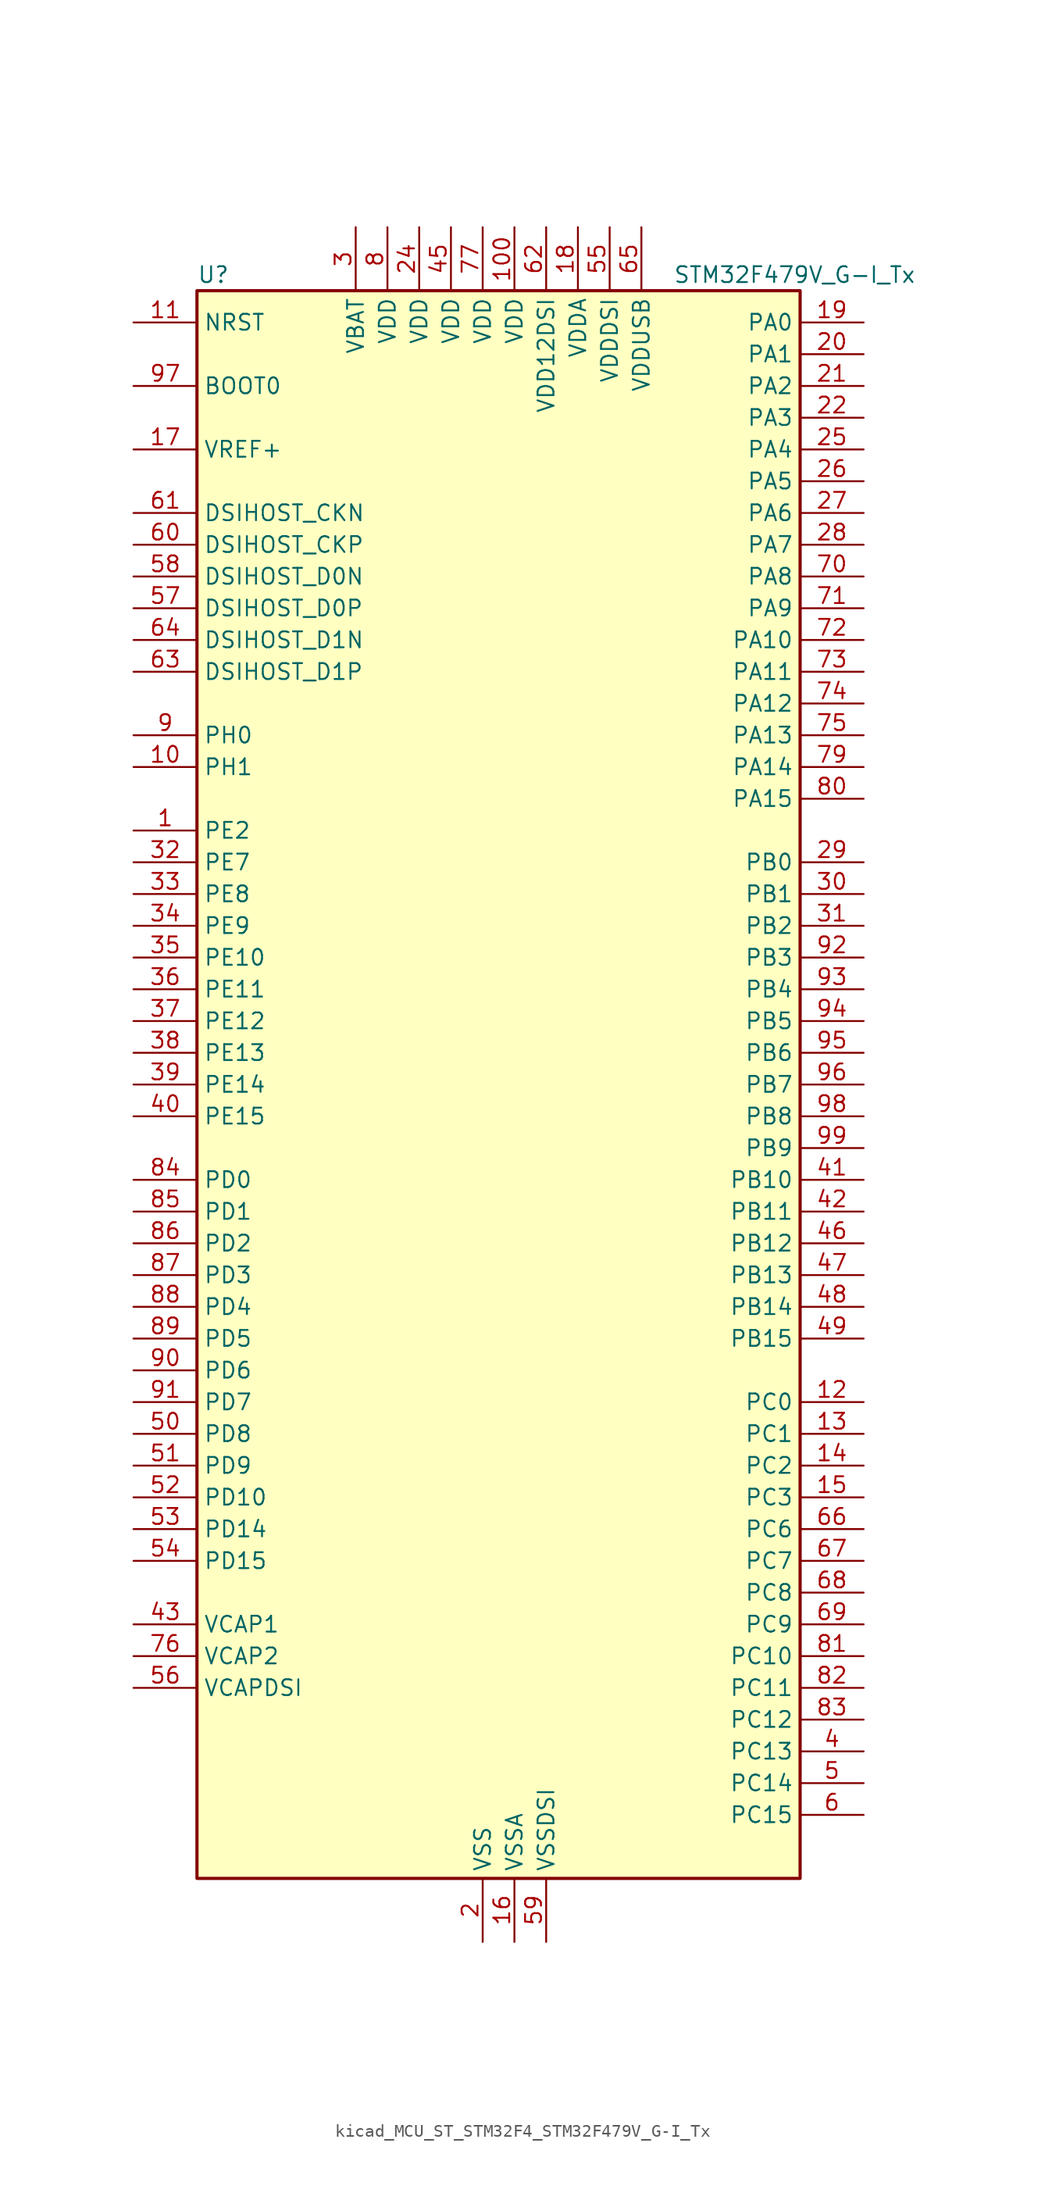
<source format=kicad_sym>
(kicad_symbol_lib
  (version 20220914)
  (generator kicad_symbol_editor)
  (symbol "kicad_MCU_ST_STM32F4_STM32F479V_G-I_Tx"
    (property "Reference" "U"
      (at -22.86 64.77 0)
      (effects (font (size 1.27 1.27)) (justify left)))
    (property "Value" "STM32F479V_G-I_Tx"
      (at 15.24 64.77 0)
      (effects (font (size 1.27 1.27)) (justify left)))
    (property "ki_locked" ""
      (at 0 0 0)
      (effects (font (size 1.27 1.27))))
    (symbol "kicad_MCU_ST_STM32F4_STM32F479V_G-I_Tx_0_1"
      (rectangle (start -22.86 -63.5) (end 25.4 63.5) (stroke (width 0.254) (type default)) (fill (type background))))
    (symbol "kicad_MCU_ST_STM32F4_STM32F479V_G-I_Tx_1_1"
      (pin bidirectional line (at -27.94 20.32 0) (length 5.08) (name "PE2" (effects (font (size 1.27 1.27)))) (number "1" (effects (font (size 1.27 1.27)))) (alternate "FMC_A23" bidirectional line) (alternate "QUADSPI_BK1_IO2" bidirectional line) (alternate "SAI1_MCLK_A" bidirectional line) (alternate "SPI4_SCK" bidirectional line) (alternate "SYS_TRACECLK" bidirectional line))
      (pin bidirectional line (at -27.94 25.4 0) (length 5.08) (name "PH1" (effects (font (size 1.27 1.27)))) (number "10" (effects (font (size 1.27 1.27)))) (alternate "RCC_OSC_OUT" bidirectional line))
      (pin power_in line (at 2.54 68.58 270) (length 5.08) (name "VDD" (effects (font (size 1.27 1.27)))) (number "100" (effects (font (size 1.27 1.27)))))
      (pin input line (at -27.94 60.96 0) (length 5.08) (name "NRST" (effects (font (size 1.27 1.27)))) (number "11" (effects (font (size 1.27 1.27)))))
      (pin bidirectional line (at 30.48 -25.4 180) (length 5.08) (name "PC0" (effects (font (size 1.27 1.27)))) (number "12" (effects (font (size 1.27 1.27)))) (alternate "ADC1_IN10" bidirectional line) (alternate "ADC2_IN10" bidirectional line) (alternate "ADC3_IN10" bidirectional line) (alternate "FMC_SDNWE" bidirectional line) (alternate "LTDC_R5" bidirectional line) (alternate "USB_OTG_HS_ULPI_STP" bidirectional line))
      (pin bidirectional line (at 30.48 -27.94 180) (length 5.08) (name "PC1" (effects (font (size 1.27 1.27)))) (number "13" (effects (font (size 1.27 1.27)))) (alternate "ADC1_IN11" bidirectional line) (alternate "ADC2_IN11" bidirectional line) (alternate "ADC3_IN11" bidirectional line) (alternate "I2S2_SD" bidirectional line) (alternate "SAI1_SD_A" bidirectional line) (alternate "SPI2_MOSI" bidirectional line) (alternate "SYS_TRACED0" bidirectional line))
      (pin bidirectional line (at 30.48 -30.48 180) (length 5.08) (name "PC2" (effects (font (size 1.27 1.27)))) (number "14" (effects (font (size 1.27 1.27)))) (alternate "ADC1_IN12" bidirectional line) (alternate "ADC2_IN12" bidirectional line) (alternate "ADC3_IN12" bidirectional line) (alternate "FMC_SDNE0" bidirectional line) (alternate "I2S2_ext_SD" bidirectional line) (alternate "SPI2_MISO" bidirectional line) (alternate "USB_OTG_HS_ULPI_DIR" bidirectional line))
      (pin bidirectional line (at 30.48 -33.02 180) (length 5.08) (name "PC3" (effects (font (size 1.27 1.27)))) (number "15" (effects (font (size 1.27 1.27)))) (alternate "ADC1_IN13" bidirectional line) (alternate "ADC2_IN13" bidirectional line) (alternate "ADC3_IN13" bidirectional line) (alternate "FMC_SDCKE0" bidirectional line) (alternate "I2S2_SD" bidirectional line) (alternate "SPI2_MOSI" bidirectional line) (alternate "USB_OTG_HS_ULPI_NXT" bidirectional line))
      (pin power_in line (at 2.54 -68.58 90) (length 5.08) (name "VSSA" (effects (font (size 1.27 1.27)))) (number "16" (effects (font (size 1.27 1.27)))))
      (pin input line (at -27.94 50.8 0) (length 5.08) (name "VREF+" (effects (font (size 1.27 1.27)))) (number "17" (effects (font (size 1.27 1.27)))))
      (pin power_in line (at 7.62 68.58 270) (length 5.08) (name "VDDA" (effects (font (size 1.27 1.27)))) (number "18" (effects (font (size 1.27 1.27)))))
      (pin bidirectional line (at 30.48 60.96 180) (length 5.08) (name "PA0" (effects (font (size 1.27 1.27)))) (number "19" (effects (font (size 1.27 1.27)))) (alternate "ADC1_IN0" bidirectional line) (alternate "ADC2_IN0" bidirectional line) (alternate "ADC3_IN0" bidirectional line) (alternate "SYS_WKUP" bidirectional line) (alternate "TIM2_CH1" bidirectional line) (alternate "TIM2_ETR" bidirectional line) (alternate "TIM5_CH1" bidirectional line) (alternate "TIM8_ETR" bidirectional line) (alternate "UART4_TX" bidirectional line) (alternate "USART2_CTS" bidirectional line))
      (pin power_in line (at 0 -68.58 90) (length 5.08) (name "VSS" (effects (font (size 1.27 1.27)))) (number "2" (effects (font (size 1.27 1.27)))))
      (pin bidirectional line (at 30.48 58.42 180) (length 5.08) (name "PA1" (effects (font (size 1.27 1.27)))) (number "20" (effects (font (size 1.27 1.27)))) (alternate "ADC1_IN1" bidirectional line) (alternate "ADC2_IN1" bidirectional line) (alternate "ADC3_IN1" bidirectional line) (alternate "LTDC_R2" bidirectional line) (alternate "QUADSPI_BK1_IO3" bidirectional line) (alternate "TIM2_CH2" bidirectional line) (alternate "TIM5_CH2" bidirectional line) (alternate "UART4_RX" bidirectional line) (alternate "USART2_RTS" bidirectional line))
      (pin bidirectional line (at 30.48 55.88 180) (length 5.08) (name "PA2" (effects (font (size 1.27 1.27)))) (number "21" (effects (font (size 1.27 1.27)))) (alternate "ADC1_IN2" bidirectional line) (alternate "ADC2_IN2" bidirectional line) (alternate "ADC3_IN2" bidirectional line) (alternate "LTDC_R1" bidirectional line) (alternate "TIM2_CH3" bidirectional line) (alternate "TIM5_CH3" bidirectional line) (alternate "TIM9_CH1" bidirectional line) (alternate "USART2_TX" bidirectional line))
      (pin bidirectional line (at 30.48 53.34 180) (length 5.08) (name "PA3" (effects (font (size 1.27 1.27)))) (number "22" (effects (font (size 1.27 1.27)))) (alternate "ADC1_IN3" bidirectional line) (alternate "ADC2_IN3" bidirectional line) (alternate "ADC3_IN3" bidirectional line) (alternate "LTDC_B2" bidirectional line) (alternate "LTDC_B5" bidirectional line) (alternate "TIM2_CH4" bidirectional line) (alternate "TIM5_CH4" bidirectional line) (alternate "TIM9_CH2" bidirectional line) (alternate "USART2_RX" bidirectional line) (alternate "USB_OTG_HS_ULPI_D0" bidirectional line))
      (pin passive line (at 0 -68.58 90) (length 5.08) hide (name "VSS" (effects (font (size 1.27 1.27)))) (number "23" (effects (font (size 1.27 1.27)))))
      (pin power_in line (at -5.08 68.58 270) (length 5.08) (name "VDD" (effects (font (size 1.27 1.27)))) (number "24" (effects (font (size 1.27 1.27)))))
      (pin bidirectional line (at 30.48 50.8 180) (length 5.08) (name "PA4" (effects (font (size 1.27 1.27)))) (number "25" (effects (font (size 1.27 1.27)))) (alternate "ADC1_IN4" bidirectional line) (alternate "ADC2_IN4" bidirectional line) (alternate "DAC_OUT1" bidirectional line) (alternate "DCMI_HSYNC" bidirectional line) (alternate "I2S3_WS" bidirectional line) (alternate "LTDC_VSYNC" bidirectional line) (alternate "SPI1_NSS" bidirectional line) (alternate "SPI3_NSS" bidirectional line) (alternate "USART2_CK" bidirectional line) (alternate "USB_OTG_HS_SOF" bidirectional line))
      (pin bidirectional line (at 30.48 48.26 180) (length 5.08) (name "PA5" (effects (font (size 1.27 1.27)))) (number "26" (effects (font (size 1.27 1.27)))) (alternate "ADC1_IN5" bidirectional line) (alternate "ADC2_IN5" bidirectional line) (alternate "DAC_OUT2" bidirectional line) (alternate "LTDC_R4" bidirectional line) (alternate "SPI1_SCK" bidirectional line) (alternate "TIM2_CH1" bidirectional line) (alternate "TIM2_ETR" bidirectional line) (alternate "TIM8_CH1N" bidirectional line) (alternate "USB_OTG_HS_ULPI_CK" bidirectional line))
      (pin bidirectional line (at 30.48 45.72 180) (length 5.08) (name "PA6" (effects (font (size 1.27 1.27)))) (number "27" (effects (font (size 1.27 1.27)))) (alternate "ADC1_IN6" bidirectional line) (alternate "ADC2_IN6" bidirectional line) (alternate "DCMI_PIXCLK" bidirectional line) (alternate "LTDC_G2" bidirectional line) (alternate "SPI1_MISO" bidirectional line) (alternate "TIM13_CH1" bidirectional line) (alternate "TIM1_BKIN" bidirectional line) (alternate "TIM3_CH1" bidirectional line) (alternate "TIM8_BKIN" bidirectional line))
      (pin bidirectional line (at 30.48 43.18 180) (length 5.08) (name "PA7" (effects (font (size 1.27 1.27)))) (number "28" (effects (font (size 1.27 1.27)))) (alternate "ADC1_IN7" bidirectional line) (alternate "ADC2_IN7" bidirectional line) (alternate "FMC_SDNWE" bidirectional line) (alternate "QUADSPI_CLK" bidirectional line) (alternate "SPI1_MOSI" bidirectional line) (alternate "TIM14_CH1" bidirectional line) (alternate "TIM1_CH1N" bidirectional line) (alternate "TIM3_CH2" bidirectional line) (alternate "TIM8_CH1N" bidirectional line))
      (pin bidirectional line (at 30.48 17.78 180) (length 5.08) (name "PB0" (effects (font (size 1.27 1.27)))) (number "29" (effects (font (size 1.27 1.27)))) (alternate "ADC1_IN8" bidirectional line) (alternate "ADC2_IN8" bidirectional line) (alternate "LTDC_G1" bidirectional line) (alternate "LTDC_R3" bidirectional line) (alternate "TIM1_CH2N" bidirectional line) (alternate "TIM3_CH3" bidirectional line) (alternate "TIM8_CH2N" bidirectional line) (alternate "USB_OTG_HS_ULPI_D1" bidirectional line))
      (pin power_in line (at -10.16 68.58 270) (length 5.08) (name "VBAT" (effects (font (size 1.27 1.27)))) (number "3" (effects (font (size 1.27 1.27)))))
      (pin bidirectional line (at 30.48 15.24 180) (length 5.08) (name "PB1" (effects (font (size 1.27 1.27)))) (number "30" (effects (font (size 1.27 1.27)))) (alternate "ADC1_IN9" bidirectional line) (alternate "ADC2_IN9" bidirectional line) (alternate "LTDC_G0" bidirectional line) (alternate "LTDC_R6" bidirectional line) (alternate "TIM1_CH3N" bidirectional line) (alternate "TIM3_CH4" bidirectional line) (alternate "TIM8_CH3N" bidirectional line) (alternate "USB_OTG_HS_ULPI_D2" bidirectional line))
      (pin bidirectional line (at 30.48 12.7 180) (length 5.08) (name "PB2" (effects (font (size 1.27 1.27)))) (number "31" (effects (font (size 1.27 1.27)))))
      (pin bidirectional line (at -27.94 17.78 0) (length 5.08) (name "PE7" (effects (font (size 1.27 1.27)))) (number "32" (effects (font (size 1.27 1.27)))) (alternate "FMC_D4" bidirectional line) (alternate "FMC_DA4" bidirectional line) (alternate "QUADSPI_BK2_IO0" bidirectional line) (alternate "TIM1_ETR" bidirectional line) (alternate "UART7_RX" bidirectional line))
      (pin bidirectional line (at -27.94 15.24 0) (length 5.08) (name "PE8" (effects (font (size 1.27 1.27)))) (number "33" (effects (font (size 1.27 1.27)))) (alternate "FMC_D5" bidirectional line) (alternate "FMC_DA5" bidirectional line) (alternate "QUADSPI_BK2_IO1" bidirectional line) (alternate "TIM1_CH1N" bidirectional line) (alternate "UART7_TX" bidirectional line))
      (pin bidirectional line (at -27.94 12.7 0) (length 5.08) (name "PE9" (effects (font (size 1.27 1.27)))) (number "34" (effects (font (size 1.27 1.27)))) (alternate "DAC_EXTI9" bidirectional line) (alternate "FMC_D6" bidirectional line) (alternate "FMC_DA6" bidirectional line) (alternate "QUADSPI_BK2_IO2" bidirectional line) (alternate "TIM1_CH1" bidirectional line))
      (pin bidirectional line (at -27.94 10.16 0) (length 5.08) (name "PE10" (effects (font (size 1.27 1.27)))) (number "35" (effects (font (size 1.27 1.27)))) (alternate "FMC_D7" bidirectional line) (alternate "FMC_DA7" bidirectional line) (alternate "QUADSPI_BK2_IO3" bidirectional line) (alternate "TIM1_CH2N" bidirectional line))
      (pin bidirectional line (at -27.94 7.62 0) (length 5.08) (name "PE11" (effects (font (size 1.27 1.27)))) (number "36" (effects (font (size 1.27 1.27)))) (alternate "ADC1_EXTI11" bidirectional line) (alternate "ADC2_EXTI11" bidirectional line) (alternate "ADC3_EXTI11" bidirectional line) (alternate "FMC_D8" bidirectional line) (alternate "FMC_DA8" bidirectional line) (alternate "LTDC_G3" bidirectional line) (alternate "SPI4_NSS" bidirectional line) (alternate "TIM1_CH2" bidirectional line))
      (pin bidirectional line (at -27.94 5.08 0) (length 5.08) (name "PE12" (effects (font (size 1.27 1.27)))) (number "37" (effects (font (size 1.27 1.27)))) (alternate "FMC_D9" bidirectional line) (alternate "FMC_DA9" bidirectional line) (alternate "LTDC_B4" bidirectional line) (alternate "SPI4_SCK" bidirectional line) (alternate "TIM1_CH3N" bidirectional line))
      (pin bidirectional line (at -27.94 2.54 0) (length 5.08) (name "PE13" (effects (font (size 1.27 1.27)))) (number "38" (effects (font (size 1.27 1.27)))) (alternate "FMC_D10" bidirectional line) (alternate "FMC_DA10" bidirectional line) (alternate "LTDC_DE" bidirectional line) (alternate "SPI4_MISO" bidirectional line) (alternate "TIM1_CH3" bidirectional line))
      (pin bidirectional line (at -27.94 0 0) (length 5.08) (name "PE14" (effects (font (size 1.27 1.27)))) (number "39" (effects (font (size 1.27 1.27)))) (alternate "FMC_D11" bidirectional line) (alternate "FMC_DA11" bidirectional line) (alternate "LTDC_CLK" bidirectional line) (alternate "SPI4_MOSI" bidirectional line) (alternate "TIM1_CH4" bidirectional line))
      (pin bidirectional line (at 30.48 -53.34 180) (length 5.08) (name "PC13" (effects (font (size 1.27 1.27)))) (number "4" (effects (font (size 1.27 1.27)))) (alternate "RTC_AF1" bidirectional line))
      (pin bidirectional line (at -27.94 -2.54 0) (length 5.08) (name "PE15" (effects (font (size 1.27 1.27)))) (number "40" (effects (font (size 1.27 1.27)))) (alternate "ADC1_EXTI15" bidirectional line) (alternate "ADC2_EXTI15" bidirectional line) (alternate "ADC3_EXTI15" bidirectional line) (alternate "FMC_D12" bidirectional line) (alternate "FMC_DA12" bidirectional line) (alternate "LTDC_R7" bidirectional line) (alternate "TIM1_BKIN" bidirectional line))
      (pin bidirectional line (at 30.48 -7.62 180) (length 5.08) (name "PB10" (effects (font (size 1.27 1.27)))) (number "41" (effects (font (size 1.27 1.27)))) (alternate "I2C2_SCL" bidirectional line) (alternate "I2S2_CK" bidirectional line) (alternate "LTDC_G4" bidirectional line) (alternate "QUADSPI_BK1_NCS" bidirectional line) (alternate "SPI2_SCK" bidirectional line) (alternate "TIM2_CH3" bidirectional line) (alternate "USART3_TX" bidirectional line) (alternate "USB_OTG_HS_ULPI_D3" bidirectional line))
      (pin bidirectional line (at 30.48 -10.16 180) (length 5.08) (name "PB11" (effects (font (size 1.27 1.27)))) (number "42" (effects (font (size 1.27 1.27)))) (alternate "ADC1_EXTI11" bidirectional line) (alternate "ADC2_EXTI11" bidirectional line) (alternate "ADC3_EXTI11" bidirectional line) (alternate "DSIHOST_TE" bidirectional line) (alternate "I2C2_SDA" bidirectional line) (alternate "LTDC_G5" bidirectional line) (alternate "TIM2_CH4" bidirectional line) (alternate "USART3_RX" bidirectional line) (alternate "USB_OTG_HS_ULPI_D4" bidirectional line))
      (pin power_out line (at -27.94 -43.18 0) (length 5.08) (name "VCAP1" (effects (font (size 1.27 1.27)))) (number "43" (effects (font (size 1.27 1.27)))))
      (pin passive line (at 0 -68.58 90) (length 5.08) hide (name "VSS" (effects (font (size 1.27 1.27)))) (number "44" (effects (font (size 1.27 1.27)))))
      (pin power_in line (at -2.54 68.58 270) (length 5.08) (name "VDD" (effects (font (size 1.27 1.27)))) (number "45" (effects (font (size 1.27 1.27)))))
      (pin bidirectional line (at 30.48 -12.7 180) (length 5.08) (name "PB12" (effects (font (size 1.27 1.27)))) (number "46" (effects (font (size 1.27 1.27)))) (alternate "CAN2_RX" bidirectional line) (alternate "I2C2_SMBA" bidirectional line) (alternate "I2S2_WS" bidirectional line) (alternate "SPI2_NSS" bidirectional line) (alternate "TIM1_BKIN" bidirectional line) (alternate "USART3_CK" bidirectional line) (alternate "USB_OTG_HS_ID" bidirectional line) (alternate "USB_OTG_HS_ULPI_D5" bidirectional line))
      (pin bidirectional line (at 30.48 -15.24 180) (length 5.08) (name "PB13" (effects (font (size 1.27 1.27)))) (number "47" (effects (font (size 1.27 1.27)))) (alternate "CAN2_TX" bidirectional line) (alternate "I2S2_CK" bidirectional line) (alternate "SPI2_SCK" bidirectional line) (alternate "TIM1_CH1N" bidirectional line) (alternate "USART3_CTS" bidirectional line) (alternate "USB_OTG_HS_ULPI_D6" bidirectional line) (alternate "USB_OTG_HS_VBUS" bidirectional line))
      (pin bidirectional line (at 30.48 -17.78 180) (length 5.08) (name "PB14" (effects (font (size 1.27 1.27)))) (number "48" (effects (font (size 1.27 1.27)))) (alternate "I2S2_ext_SD" bidirectional line) (alternate "SPI2_MISO" bidirectional line) (alternate "TIM12_CH1" bidirectional line) (alternate "TIM1_CH2N" bidirectional line) (alternate "TIM8_CH2N" bidirectional line) (alternate "USART3_RTS" bidirectional line) (alternate "USB_OTG_HS_DM" bidirectional line))
      (pin bidirectional line (at 30.48 -20.32 180) (length 5.08) (name "PB15" (effects (font (size 1.27 1.27)))) (number "49" (effects (font (size 1.27 1.27)))) (alternate "ADC1_EXTI15" bidirectional line) (alternate "ADC2_EXTI15" bidirectional line) (alternate "ADC3_EXTI15" bidirectional line) (alternate "I2S2_SD" bidirectional line) (alternate "RTC_REFIN" bidirectional line) (alternate "SPI2_MOSI" bidirectional line) (alternate "TIM12_CH2" bidirectional line) (alternate "TIM1_CH3N" bidirectional line) (alternate "TIM8_CH3N" bidirectional line) (alternate "USB_OTG_HS_DP" bidirectional line))
      (pin bidirectional line (at 30.48 -55.88 180) (length 5.08) (name "PC14" (effects (font (size 1.27 1.27)))) (number "5" (effects (font (size 1.27 1.27)))) (alternate "RCC_OSC32_IN" bidirectional line))
      (pin bidirectional line (at -27.94 -27.94 0) (length 5.08) (name "PD8" (effects (font (size 1.27 1.27)))) (number "50" (effects (font (size 1.27 1.27)))) (alternate "FMC_D13" bidirectional line) (alternate "FMC_DA13" bidirectional line) (alternate "USART3_TX" bidirectional line))
      (pin bidirectional line (at -27.94 -30.48 0) (length 5.08) (name "PD9" (effects (font (size 1.27 1.27)))) (number "51" (effects (font (size 1.27 1.27)))) (alternate "DAC_EXTI9" bidirectional line) (alternate "FMC_D14" bidirectional line) (alternate "FMC_DA14" bidirectional line) (alternate "USART3_RX" bidirectional line))
      (pin bidirectional line (at -27.94 -33.02 0) (length 5.08) (name "PD10" (effects (font (size 1.27 1.27)))) (number "52" (effects (font (size 1.27 1.27)))) (alternate "FMC_D15" bidirectional line) (alternate "FMC_DA15" bidirectional line) (alternate "LTDC_B3" bidirectional line) (alternate "USART3_CK" bidirectional line))
      (pin bidirectional line (at -27.94 -35.56 0) (length 5.08) (name "PD14" (effects (font (size 1.27 1.27)))) (number "53" (effects (font (size 1.27 1.27)))) (alternate "FMC_D0" bidirectional line) (alternate "FMC_DA0" bidirectional line) (alternate "TIM4_CH3" bidirectional line))
      (pin bidirectional line (at -27.94 -38.1 0) (length 5.08) (name "PD15" (effects (font (size 1.27 1.27)))) (number "54" (effects (font (size 1.27 1.27)))) (alternate "ADC1_EXTI15" bidirectional line) (alternate "ADC2_EXTI15" bidirectional line) (alternate "ADC3_EXTI15" bidirectional line) (alternate "FMC_D1" bidirectional line) (alternate "FMC_DA1" bidirectional line) (alternate "TIM4_CH4" bidirectional line))
      (pin power_in line (at 10.16 68.58 270) (length 5.08) (name "VDDDSI" (effects (font (size 1.27 1.27)))) (number "55" (effects (font (size 1.27 1.27)))))
      (pin power_out line (at -27.94 -48.26 0) (length 5.08) (name "VCAPDSI" (effects (font (size 1.27 1.27)))) (number "56" (effects (font (size 1.27 1.27)))))
      (pin bidirectional line (at -27.94 38.1 0) (length 5.08) (name "DSIHOST_D0P" (effects (font (size 1.27 1.27)))) (number "57" (effects (font (size 1.27 1.27)))) (alternate "DSIHOST_D0P" bidirectional line))
      (pin bidirectional line (at -27.94 40.64 0) (length 5.08) (name "DSIHOST_D0N" (effects (font (size 1.27 1.27)))) (number "58" (effects (font (size 1.27 1.27)))) (alternate "DSIHOST_D0N" bidirectional line))
      (pin power_in line (at 5.08 -68.58 90) (length 5.08) (name "VSSDSI" (effects (font (size 1.27 1.27)))) (number "59" (effects (font (size 1.27 1.27)))))
      (pin bidirectional line (at 30.48 -58.42 180) (length 5.08) (name "PC15" (effects (font (size 1.27 1.27)))) (number "6" (effects (font (size 1.27 1.27)))) (alternate "ADC1_EXTI15" bidirectional line) (alternate "ADC2_EXTI15" bidirectional line) (alternate "ADC3_EXTI15" bidirectional line) (alternate "RCC_OSC32_OUT" bidirectional line))
      (pin bidirectional line (at -27.94 43.18 0) (length 5.08) (name "DSIHOST_CKP" (effects (font (size 1.27 1.27)))) (number "60" (effects (font (size 1.27 1.27)))) (alternate "DSIHOST_CKP" bidirectional line))
      (pin bidirectional line (at -27.94 45.72 0) (length 5.08) (name "DSIHOST_CKN" (effects (font (size 1.27 1.27)))) (number "61" (effects (font (size 1.27 1.27)))) (alternate "DSIHOST_CKN" bidirectional line))
      (pin power_in line (at 5.08 68.58 270) (length 5.08) (name "VDD12DSI" (effects (font (size 1.27 1.27)))) (number "62" (effects (font (size 1.27 1.27)))))
      (pin bidirectional line (at -27.94 33.02 0) (length 5.08) (name "DSIHOST_D1P" (effects (font (size 1.27 1.27)))) (number "63" (effects (font (size 1.27 1.27)))) (alternate "DSIHOST_D1P" bidirectional line))
      (pin bidirectional line (at -27.94 35.56 0) (length 5.08) (name "DSIHOST_D1N" (effects (font (size 1.27 1.27)))) (number "64" (effects (font (size 1.27 1.27)))) (alternate "DSIHOST_D1N" bidirectional line))
      (pin power_in line (at 12.7 68.58 270) (length 5.08) (name "VDDUSB" (effects (font (size 1.27 1.27)))) (number "65" (effects (font (size 1.27 1.27)))))
      (pin bidirectional line (at 30.48 -35.56 180) (length 5.08) (name "PC6" (effects (font (size 1.27 1.27)))) (number "66" (effects (font (size 1.27 1.27)))) (alternate "DCMI_D0" bidirectional line) (alternate "I2S2_MCK" bidirectional line) (alternate "LTDC_HSYNC" bidirectional line) (alternate "SDIO_D6" bidirectional line) (alternate "TIM3_CH1" bidirectional line) (alternate "TIM8_CH1" bidirectional line) (alternate "USART6_TX" bidirectional line))
      (pin bidirectional line (at 30.48 -38.1 180) (length 5.08) (name "PC7" (effects (font (size 1.27 1.27)))) (number "67" (effects (font (size 1.27 1.27)))) (alternate "DCMI_D1" bidirectional line) (alternate "I2S3_MCK" bidirectional line) (alternate "LTDC_G6" bidirectional line) (alternate "SDIO_D7" bidirectional line) (alternate "TIM3_CH2" bidirectional line) (alternate "TIM8_CH2" bidirectional line) (alternate "USART6_RX" bidirectional line))
      (pin bidirectional line (at 30.48 -40.64 180) (length 5.08) (name "PC8" (effects (font (size 1.27 1.27)))) (number "68" (effects (font (size 1.27 1.27)))) (alternate "DCMI_D2" bidirectional line) (alternate "SDIO_D0" bidirectional line) (alternate "SYS_TRACED1" bidirectional line) (alternate "TIM3_CH3" bidirectional line) (alternate "TIM8_CH3" bidirectional line) (alternate "USART6_CK" bidirectional line))
      (pin bidirectional line (at 30.48 -43.18 180) (length 5.08) (name "PC9" (effects (font (size 1.27 1.27)))) (number "69" (effects (font (size 1.27 1.27)))) (alternate "DAC_EXTI9" bidirectional line) (alternate "DCMI_D3" bidirectional line) (alternate "I2C3_SDA" bidirectional line) (alternate "I2S_CKIN" bidirectional line) (alternate "QUADSPI_BK1_IO0" bidirectional line) (alternate "RCC_MCO_2" bidirectional line) (alternate "SDIO_D1" bidirectional line) (alternate "TIM3_CH4" bidirectional line) (alternate "TIM8_CH4" bidirectional line))
      (pin passive line (at 0 -68.58 90) (length 5.08) hide (name "VSS" (effects (font (size 1.27 1.27)))) (number "7" (effects (font (size 1.27 1.27)))))
      (pin bidirectional line (at 30.48 40.64 180) (length 5.08) (name "PA8" (effects (font (size 1.27 1.27)))) (number "70" (effects (font (size 1.27 1.27)))) (alternate "I2C3_SCL" bidirectional line) (alternate "LTDC_R6" bidirectional line) (alternate "RCC_MCO_1" bidirectional line) (alternate "TIM1_CH1" bidirectional line) (alternate "USART1_CK" bidirectional line) (alternate "USB_OTG_FS_SOF" bidirectional line))
      (pin bidirectional line (at 30.48 38.1 180) (length 5.08) (name "PA9" (effects (font (size 1.27 1.27)))) (number "71" (effects (font (size 1.27 1.27)))) (alternate "DAC_EXTI9" bidirectional line) (alternate "DCMI_D0" bidirectional line) (alternate "I2C3_SMBA" bidirectional line) (alternate "I2S2_CK" bidirectional line) (alternate "SPI2_SCK" bidirectional line) (alternate "TIM1_CH2" bidirectional line) (alternate "USART1_TX" bidirectional line) (alternate "USB_OTG_FS_VBUS" bidirectional line))
      (pin bidirectional line (at 30.48 35.56 180) (length 5.08) (name "PA10" (effects (font (size 1.27 1.27)))) (number "72" (effects (font (size 1.27 1.27)))) (alternate "DCMI_D1" bidirectional line) (alternate "TIM1_CH3" bidirectional line) (alternate "USART1_RX" bidirectional line) (alternate "USB_OTG_FS_ID" bidirectional line))
      (pin bidirectional line (at 30.48 33.02 180) (length 5.08) (name "PA11" (effects (font (size 1.27 1.27)))) (number "73" (effects (font (size 1.27 1.27)))) (alternate "ADC1_EXTI11" bidirectional line) (alternate "ADC2_EXTI11" bidirectional line) (alternate "ADC3_EXTI11" bidirectional line) (alternate "CAN1_RX" bidirectional line) (alternate "LTDC_R4" bidirectional line) (alternate "TIM1_CH4" bidirectional line) (alternate "USART1_CTS" bidirectional line) (alternate "USB_OTG_FS_DM" bidirectional line))
      (pin bidirectional line (at 30.48 30.48 180) (length 5.08) (name "PA12" (effects (font (size 1.27 1.27)))) (number "74" (effects (font (size 1.27 1.27)))) (alternate "CAN1_TX" bidirectional line) (alternate "LTDC_R5" bidirectional line) (alternate "TIM1_ETR" bidirectional line) (alternate "USART1_RTS" bidirectional line) (alternate "USB_OTG_FS_DP" bidirectional line))
      (pin bidirectional line (at 30.48 27.94 180) (length 5.08) (name "PA13" (effects (font (size 1.27 1.27)))) (number "75" (effects (font (size 1.27 1.27)))) (alternate "SYS_JTMS-SWDIO" bidirectional line))
      (pin power_out line (at -27.94 -45.72 0) (length 5.08) (name "VCAP2" (effects (font (size 1.27 1.27)))) (number "76" (effects (font (size 1.27 1.27)))))
      (pin power_in line (at 0 68.58 270) (length 5.08) (name "VDD" (effects (font (size 1.27 1.27)))) (number "77" (effects (font (size 1.27 1.27)))))
      (pin passive line (at 0 -68.58 90) (length 5.08) hide (name "VSS" (effects (font (size 1.27 1.27)))) (number "78" (effects (font (size 1.27 1.27)))))
      (pin bidirectional line (at 30.48 25.4 180) (length 5.08) (name "PA14" (effects (font (size 1.27 1.27)))) (number "79" (effects (font (size 1.27 1.27)))) (alternate "SYS_JTCK-SWCLK" bidirectional line))
      (pin power_in line (at -7.62 68.58 270) (length 5.08) (name "VDD" (effects (font (size 1.27 1.27)))) (number "8" (effects (font (size 1.27 1.27)))))
      (pin bidirectional line (at 30.48 22.86 180) (length 5.08) (name "PA15" (effects (font (size 1.27 1.27)))) (number "80" (effects (font (size 1.27 1.27)))) (alternate "ADC1_EXTI15" bidirectional line) (alternate "ADC2_EXTI15" bidirectional line) (alternate "ADC3_EXTI15" bidirectional line) (alternate "I2S3_WS" bidirectional line) (alternate "SPI1_NSS" bidirectional line) (alternate "SPI3_NSS" bidirectional line) (alternate "SYS_JTDI" bidirectional line) (alternate "TIM2_CH1" bidirectional line) (alternate "TIM2_ETR" bidirectional line))
      (pin bidirectional line (at 30.48 -45.72 180) (length 5.08) (name "PC10" (effects (font (size 1.27 1.27)))) (number "81" (effects (font (size 1.27 1.27)))) (alternate "DCMI_D8" bidirectional line) (alternate "I2S3_CK" bidirectional line) (alternate "LTDC_R2" bidirectional line) (alternate "QUADSPI_BK1_IO1" bidirectional line) (alternate "SDIO_D2" bidirectional line) (alternate "SPI3_SCK" bidirectional line) (alternate "UART4_TX" bidirectional line) (alternate "USART3_TX" bidirectional line))
      (pin bidirectional line (at 30.48 -48.26 180) (length 5.08) (name "PC11" (effects (font (size 1.27 1.27)))) (number "82" (effects (font (size 1.27 1.27)))) (alternate "ADC1_EXTI11" bidirectional line) (alternate "ADC2_EXTI11" bidirectional line) (alternate "ADC3_EXTI11" bidirectional line) (alternate "DCMI_D4" bidirectional line) (alternate "I2S3_ext_SD" bidirectional line) (alternate "QUADSPI_BK2_NCS" bidirectional line) (alternate "SDIO_D3" bidirectional line) (alternate "SPI3_MISO" bidirectional line) (alternate "UART4_RX" bidirectional line) (alternate "USART3_RX" bidirectional line))
      (pin bidirectional line (at 30.48 -50.8 180) (length 5.08) (name "PC12" (effects (font (size 1.27 1.27)))) (number "83" (effects (font (size 1.27 1.27)))) (alternate "DCMI_D9" bidirectional line) (alternate "I2S3_SD" bidirectional line) (alternate "SDIO_CK" bidirectional line) (alternate "SPI3_MOSI" bidirectional line) (alternate "SYS_TRACED3" bidirectional line) (alternate "UART5_TX" bidirectional line) (alternate "USART3_CK" bidirectional line))
      (pin bidirectional line (at -27.94 -7.62 0) (length 5.08) (name "PD0" (effects (font (size 1.27 1.27)))) (number "84" (effects (font (size 1.27 1.27)))) (alternate "CAN1_RX" bidirectional line) (alternate "FMC_D2" bidirectional line) (alternate "FMC_DA2" bidirectional line))
      (pin bidirectional line (at -27.94 -10.16 0) (length 5.08) (name "PD1" (effects (font (size 1.27 1.27)))) (number "85" (effects (font (size 1.27 1.27)))) (alternate "CAN1_TX" bidirectional line) (alternate "FMC_D3" bidirectional line) (alternate "FMC_DA3" bidirectional line))
      (pin bidirectional line (at -27.94 -12.7 0) (length 5.08) (name "PD2" (effects (font (size 1.27 1.27)))) (number "86" (effects (font (size 1.27 1.27)))) (alternate "DCMI_D11" bidirectional line) (alternate "SDIO_CMD" bidirectional line) (alternate "SYS_TRACED2" bidirectional line) (alternate "TIM3_ETR" bidirectional line) (alternate "UART5_RX" bidirectional line))
      (pin bidirectional line (at -27.94 -15.24 0) (length 5.08) (name "PD3" (effects (font (size 1.27 1.27)))) (number "87" (effects (font (size 1.27 1.27)))) (alternate "DCMI_D5" bidirectional line) (alternate "FMC_CLK" bidirectional line) (alternate "I2S2_CK" bidirectional line) (alternate "LTDC_G7" bidirectional line) (alternate "SPI2_SCK" bidirectional line) (alternate "USART2_CTS" bidirectional line))
      (pin bidirectional line (at -27.94 -17.78 0) (length 5.08) (name "PD4" (effects (font (size 1.27 1.27)))) (number "88" (effects (font (size 1.27 1.27)))) (alternate "FMC_NOE" bidirectional line) (alternate "USART2_RTS" bidirectional line))
      (pin bidirectional line (at -27.94 -20.32 0) (length 5.08) (name "PD5" (effects (font (size 1.27 1.27)))) (number "89" (effects (font (size 1.27 1.27)))) (alternate "FMC_NWE" bidirectional line) (alternate "USART2_TX" bidirectional line))
      (pin bidirectional line (at -27.94 27.94 0) (length 5.08) (name "PH0" (effects (font (size 1.27 1.27)))) (number "9" (effects (font (size 1.27 1.27)))) (alternate "RCC_OSC_IN" bidirectional line))
      (pin bidirectional line (at -27.94 -22.86 0) (length 5.08) (name "PD6" (effects (font (size 1.27 1.27)))) (number "90" (effects (font (size 1.27 1.27)))) (alternate "DCMI_D10" bidirectional line) (alternate "FMC_NWAIT" bidirectional line) (alternate "I2S3_SD" bidirectional line) (alternate "LTDC_B2" bidirectional line) (alternate "SAI1_SD_A" bidirectional line) (alternate "SPI3_MOSI" bidirectional line) (alternate "USART2_RX" bidirectional line))
      (pin bidirectional line (at -27.94 -25.4 0) (length 5.08) (name "PD7" (effects (font (size 1.27 1.27)))) (number "91" (effects (font (size 1.27 1.27)))) (alternate "FMC_NE1" bidirectional line) (alternate "USART2_CK" bidirectional line))
      (pin bidirectional line (at 30.48 10.16 180) (length 5.08) (name "PB3" (effects (font (size 1.27 1.27)))) (number "92" (effects (font (size 1.27 1.27)))) (alternate "I2S3_CK" bidirectional line) (alternate "SPI1_SCK" bidirectional line) (alternate "SPI3_SCK" bidirectional line) (alternate "SYS_JTDO-SWO" bidirectional line) (alternate "TIM2_CH2" bidirectional line))
      (pin bidirectional line (at 30.48 7.62 180) (length 5.08) (name "PB4" (effects (font (size 1.27 1.27)))) (number "93" (effects (font (size 1.27 1.27)))) (alternate "I2S3_ext_SD" bidirectional line) (alternate "SPI1_MISO" bidirectional line) (alternate "SPI3_MISO" bidirectional line) (alternate "SYS_JTRST" bidirectional line) (alternate "TIM3_CH1" bidirectional line))
      (pin bidirectional line (at 30.48 5.08 180) (length 5.08) (name "PB5" (effects (font (size 1.27 1.27)))) (number "94" (effects (font (size 1.27 1.27)))) (alternate "CAN2_RX" bidirectional line) (alternate "DCMI_D10" bidirectional line) (alternate "FMC_SDCKE1" bidirectional line) (alternate "I2C1_SMBA" bidirectional line) (alternate "I2S3_SD" bidirectional line) (alternate "LTDC_G7" bidirectional line) (alternate "SPI1_MOSI" bidirectional line) (alternate "SPI3_MOSI" bidirectional line) (alternate "TIM3_CH2" bidirectional line) (alternate "USB_OTG_HS_ULPI_D7" bidirectional line))
      (pin bidirectional line (at 30.48 2.54 180) (length 5.08) (name "PB6" (effects (font (size 1.27 1.27)))) (number "95" (effects (font (size 1.27 1.27)))) (alternate "CAN2_TX" bidirectional line) (alternate "DCMI_D5" bidirectional line) (alternate "FMC_SDNE1" bidirectional line) (alternate "I2C1_SCL" bidirectional line) (alternate "QUADSPI_BK1_NCS" bidirectional line) (alternate "TIM4_CH1" bidirectional line) (alternate "USART1_TX" bidirectional line))
      (pin bidirectional line (at 30.48 0 180) (length 5.08) (name "PB7" (effects (font (size 1.27 1.27)))) (number "96" (effects (font (size 1.27 1.27)))) (alternate "DCMI_VSYNC" bidirectional line) (alternate "FMC_NL" bidirectional line) (alternate "I2C1_SDA" bidirectional line) (alternate "TIM4_CH2" bidirectional line) (alternate "USART1_RX" bidirectional line))
      (pin input line (at -27.94 55.88 0) (length 5.08) (name "BOOT0" (effects (font (size 1.27 1.27)))) (number "97" (effects (font (size 1.27 1.27)))))
      (pin bidirectional line (at 30.48 -2.54 180) (length 5.08) (name "PB8" (effects (font (size 1.27 1.27)))) (number "98" (effects (font (size 1.27 1.27)))) (alternate "CAN1_RX" bidirectional line) (alternate "DCMI_D6" bidirectional line) (alternate "I2C1_SCL" bidirectional line) (alternate "LTDC_B6" bidirectional line) (alternate "SDIO_D4" bidirectional line) (alternate "TIM10_CH1" bidirectional line) (alternate "TIM4_CH3" bidirectional line))
      (pin bidirectional line (at 30.48 -5.08 180) (length 5.08) (name "PB9" (effects (font (size 1.27 1.27)))) (number "99" (effects (font (size 1.27 1.27)))) (alternate "CAN1_TX" bidirectional line) (alternate "DAC_EXTI9" bidirectional line) (alternate "DCMI_D7" bidirectional line) (alternate "I2C1_SDA" bidirectional line) (alternate "I2S2_WS" bidirectional line) (alternate "LTDC_B7" bidirectional line) (alternate "SDIO_D5" bidirectional line) (alternate "SPI2_NSS" bidirectional line) (alternate "TIM11_CH1" bidirectional line) (alternate "TIM4_CH4" bidirectional line)))))
</source>
